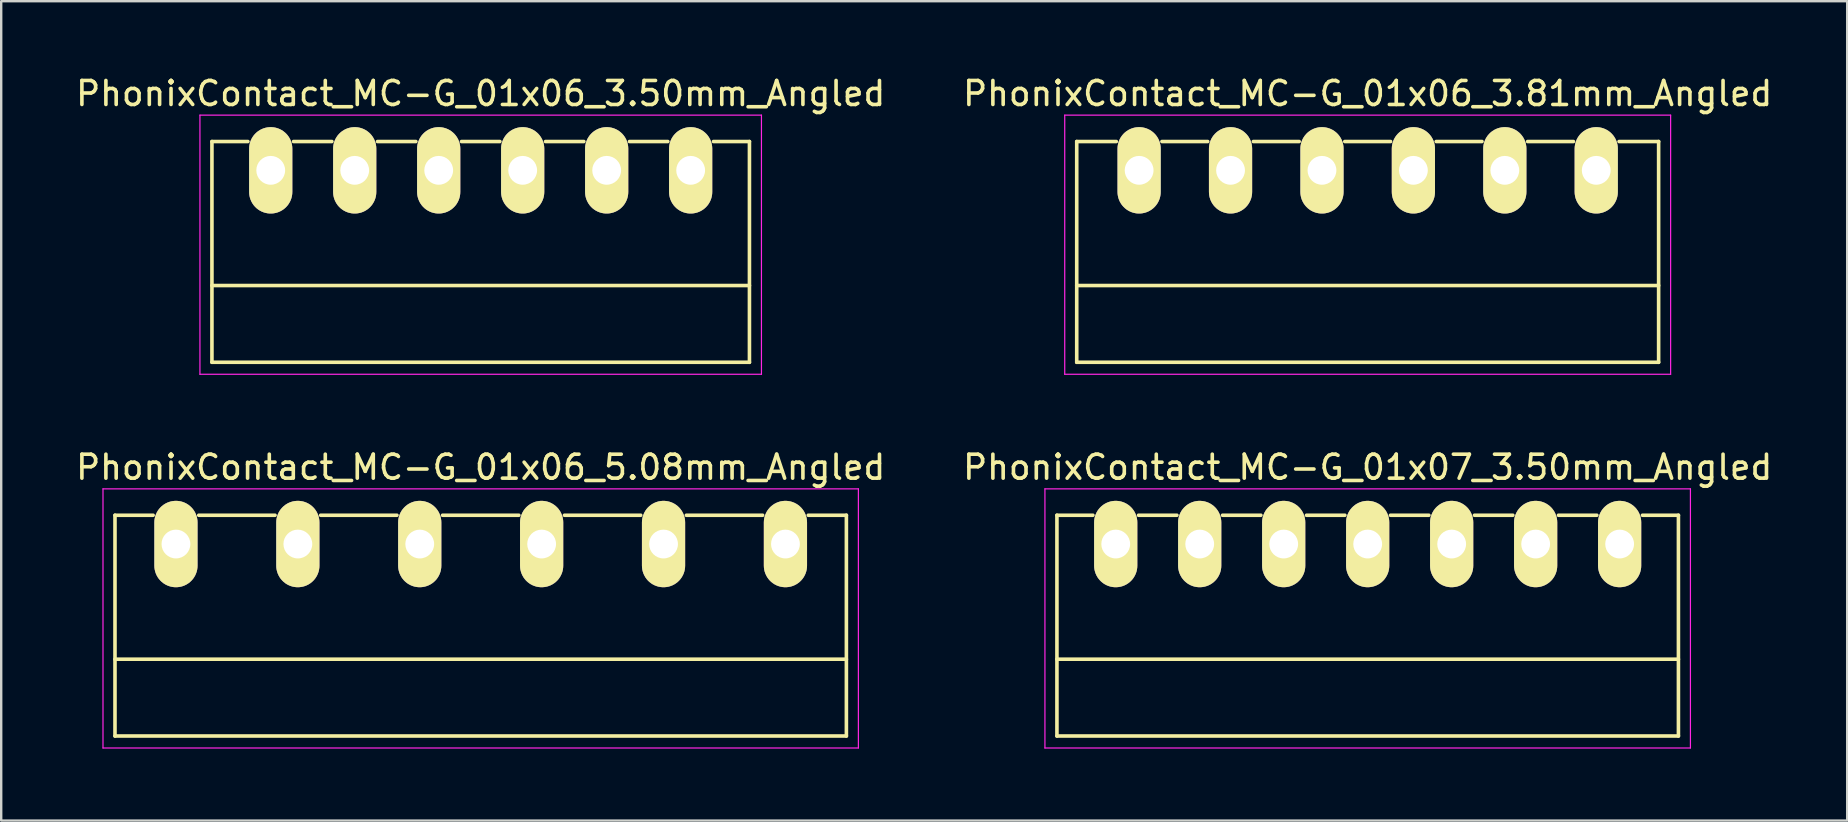
<source format=kicad_pcb>
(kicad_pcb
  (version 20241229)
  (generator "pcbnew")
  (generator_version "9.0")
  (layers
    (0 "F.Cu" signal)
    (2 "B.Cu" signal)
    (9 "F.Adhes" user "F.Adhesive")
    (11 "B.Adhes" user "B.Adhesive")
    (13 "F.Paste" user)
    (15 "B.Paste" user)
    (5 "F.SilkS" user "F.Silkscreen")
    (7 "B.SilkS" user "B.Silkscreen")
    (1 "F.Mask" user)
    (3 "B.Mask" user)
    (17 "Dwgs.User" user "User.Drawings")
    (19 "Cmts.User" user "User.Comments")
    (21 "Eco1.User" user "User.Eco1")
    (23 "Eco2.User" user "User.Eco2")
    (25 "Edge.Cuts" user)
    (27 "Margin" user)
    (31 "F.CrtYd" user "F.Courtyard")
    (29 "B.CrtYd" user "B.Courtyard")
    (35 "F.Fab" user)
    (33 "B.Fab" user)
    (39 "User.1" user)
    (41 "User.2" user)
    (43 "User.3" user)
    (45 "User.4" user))
  (footprint "PhonixContact_MC-G_01x07_3.50mm_Angled"
    (layer "F.Cu")
    (at 43.446 19.622)
    (property "Reference" "PhonixContact_MC-G_01x07_3.50mm_Angled" (at 10.5 -3.2 0) (layer "F.SilkS") (effects (font (size 1 1) (thickness 0.15))))
    (attr through_hole)
    (fp_line (start -2.45 -1.2) (end -2.45 8) (stroke (width 0.15) (type solid)) (layer "F.SilkS"))
    (fp_line (start -2.45 -1.2) (end -0.95 -1.2) (stroke (width 0.15) (type solid)) (layer "F.SilkS"))
    (fp_line (start -2.45 4.8) (end 23.45 4.8) (stroke (width 0.15) (type solid)) (layer "F.SilkS"))
    (fp_line (start -2.45 8) (end 23.45 8) (stroke (width 0.15) (type solid)) (layer "F.SilkS"))
    (fp_line (start 0.95 -1.2) (end 2.55 -1.2) (stroke (width 0.15) (type solid)) (layer "F.SilkS"))
    (fp_line (start 4.45 -1.2) (end 6.05 -1.2) (stroke (width 0.15) (type solid)) (layer "F.SilkS"))
    (fp_line (start 7.95 -1.2) (end 9.55 -1.2) (stroke (width 0.15) (type solid)) (layer "F.SilkS"))
    (fp_line (start 11.45 -1.2) (end 13.05 -1.2) (stroke (width 0.15) (type solid)) (layer "F.SilkS"))
    (fp_line (start 14.95 -1.2) (end 16.55 -1.2) (stroke (width 0.15) (type solid)) (layer "F.SilkS"))
    (fp_line (start 18.45 -1.2) (end 20.05 -1.2) (stroke (width 0.15) (type solid)) (layer "F.SilkS"))
    (fp_line (start 23.45 -1.2) (end 21.95 -1.2) (stroke (width 0.15) (type solid)) (layer "F.SilkS"))
    (fp_line (start 23.45 8) (end 23.45 -1.2) (stroke (width 0.15) (type solid)) (layer "F.SilkS"))
    (fp_line (start -2.95 -2.3) (end -2.95 8.5) (stroke (width 0.05) (type solid)) (layer "F.CrtYd"))
    (fp_line (start -2.95 8.5) (end 23.95 8.5) (stroke (width 0.05) (type solid)) (layer "F.CrtYd"))
    (fp_line (start 23.95 -2.3) (end -2.95 -2.3) (stroke (width 0.05) (type solid)) (layer "F.CrtYd"))
    (fp_line (start 23.95 8.5) (end 23.95 -2.3) (stroke (width 0.05) (type solid)) (layer "F.CrtYd"))
    (pad "1" thru_hole oval (at 0 0) (size 1.8 3.6) (drill 1.2) (layers "*.Cu" "*.Mask" "F.SilkS"))
    (pad "2" thru_hole oval (at 3.5 0) (size 1.8 3.6) (drill 1.2) (layers "*.Cu" "*.Mask" "F.SilkS"))
    (pad "3" thru_hole oval (at 7 0) (size 1.8 3.6) (drill 1.2) (layers "*.Cu" "*.Mask" "F.SilkS"))
    (pad "4" thru_hole oval (at 10.5 0) (size 1.8 3.6) (drill 1.2) (layers "*.Cu" "*.Mask" "F.SilkS"))
    (pad "5" thru_hole oval (at 14 0) (size 1.8 3.6) (drill 1.2) (layers "*.Cu" "*.Mask" "F.SilkS"))
    (pad "6" thru_hole oval (at 17.5 0) (size 1.8 3.6) (drill 1.2) (layers "*.Cu" "*.Mask" "F.SilkS"))
    (pad "7" thru_hole oval (at 21 0) (size 1.8 3.6) (drill 1.2) (layers "*.Cu" "*.Mask" "F.SilkS")))
  (footprint "PhonixContact_MC-G_01x06_3.81mm_Angled"
    (layer "F.Cu")
    (at 44.421 4.048)
    (property "Reference" "PhonixContact_MC-G_01x06_3.81mm_Angled" (at 9.525 -3.2 0) (layer "F.SilkS") (effects (font (size 1 1) (thickness 0.15))))
    (attr through_hole)
    (fp_line (start -2.6 -1.2) (end -2.6 8) (stroke (width 0.15) (type solid)) (layer "F.SilkS"))
    (fp_line (start -2.6 -1.2) (end -0.95 -1.2) (stroke (width 0.15) (type solid)) (layer "F.SilkS"))
    (fp_line (start -2.6 4.8) (end 21.65 4.8) (stroke (width 0.15) (type solid)) (layer "F.SilkS"))
    (fp_line (start -2.6 8) (end 21.65 8) (stroke (width 0.15) (type solid)) (layer "F.SilkS"))
    (fp_line (start 0.95 -1.2) (end 2.86 -1.2) (stroke (width 0.15) (type solid)) (layer "F.SilkS"))
    (fp_line (start 4.76 -1.2) (end 6.67 -1.2) (stroke (width 0.15) (type solid)) (layer "F.SilkS"))
    (fp_line (start 8.57 -1.2) (end 10.48 -1.2) (stroke (width 0.15) (type solid)) (layer "F.SilkS"))
    (fp_line (start 12.38 -1.2) (end 14.29 -1.2) (stroke (width 0.15) (type solid)) (layer "F.SilkS"))
    (fp_line (start 16.19 -1.2) (end 18.1 -1.2) (stroke (width 0.15) (type solid)) (layer "F.SilkS"))
    (fp_line (start 21.65 -1.2) (end 20 -1.2) (stroke (width 0.15) (type solid)) (layer "F.SilkS"))
    (fp_line (start 21.65 8) (end 21.65 -1.2) (stroke (width 0.15) (type solid)) (layer "F.SilkS"))
    (fp_line (start -3.1 -2.3) (end -3.1 8.5) (stroke (width 0.05) (type solid)) (layer "F.CrtYd"))
    (fp_line (start -3.1 8.5) (end 22.15 8.5) (stroke (width 0.05) (type solid)) (layer "F.CrtYd"))
    (fp_line (start 22.15 -2.3) (end -3.1 -2.3) (stroke (width 0.05) (type solid)) (layer "F.CrtYd"))
    (fp_line (start 22.15 8.5) (end 22.15 -2.3) (stroke (width 0.05) (type solid)) (layer "F.CrtYd"))
    (pad "1" thru_hole oval (at 0 0) (size 1.8 3.6) (drill 1.2) (layers "*.Cu" "*.Mask" "F.SilkS"))
    (pad "2" thru_hole oval (at 3.81 0) (size 1.8 3.6) (drill 1.2) (layers "*.Cu" "*.Mask" "F.SilkS"))
    (pad "3" thru_hole oval (at 7.62 0) (size 1.8 3.6) (drill 1.2) (layers "*.Cu" "*.Mask" "F.SilkS"))
    (pad "4" thru_hole oval (at 11.43 0) (size 1.8 3.6) (drill 1.2) (layers "*.Cu" "*.Mask" "F.SilkS"))
    (pad "5" thru_hole oval (at 15.24 0) (size 1.8 3.6) (drill 1.2) (layers "*.Cu" "*.Mask" "F.SilkS"))
    (pad "6" thru_hole oval (at 19.05 0) (size 1.8 3.6) (drill 1.2) (layers "*.Cu" "*.Mask" "F.SilkS")))
  (footprint "PhonixContact_MC-G_01x06_5.08mm_Angled"
    (layer "F.Cu")
    (at 4.282 19.622)
    (property "Reference" "PhonixContact_MC-G_01x06_5.08mm_Angled" (at 12.7 -3.2 0) (layer "F.SilkS") (effects (font (size 1 1) (thickness 0.15))))
    (attr through_hole)
    (fp_line (start -2.54 -1.2) (end -2.54 8) (stroke (width 0.15) (type solid)) (layer "F.SilkS"))
    (fp_line (start -2.54 -1.2) (end -0.95 -1.2) (stroke (width 0.15) (type solid)) (layer "F.SilkS"))
    (fp_line (start -2.54 4.8) (end 27.94 4.8) (stroke (width 0.15) (type solid)) (layer "F.SilkS"))
    (fp_line (start -2.54 8) (end 27.94 8) (stroke (width 0.15) (type solid)) (layer "F.SilkS"))
    (fp_line (start 0.95 -1.2) (end 4.13 -1.2) (stroke (width 0.15) (type solid)) (layer "F.SilkS"))
    (fp_line (start 6.03 -1.2) (end 9.21 -1.2) (stroke (width 0.15) (type solid)) (layer "F.SilkS"))
    (fp_line (start 11.11 -1.2) (end 14.29 -1.2) (stroke (width 0.15) (type solid)) (layer "F.SilkS"))
    (fp_line (start 16.19 -1.2) (end 19.37 -1.2) (stroke (width 0.15) (type solid)) (layer "F.SilkS"))
    (fp_line (start 21.27 -1.2) (end 24.45 -1.2) (stroke (width 0.15) (type solid)) (layer "F.SilkS"))
    (fp_line (start 27.94 -1.2) (end 26.35 -1.2) (stroke (width 0.15) (type solid)) (layer "F.SilkS"))
    (fp_line (start 27.94 8) (end 27.94 -1.2) (stroke (width 0.15) (type solid)) (layer "F.SilkS"))
    (fp_line (start -3.04 -2.3) (end -3.04 8.5) (stroke (width 0.05) (type solid)) (layer "F.CrtYd"))
    (fp_line (start -3.04 8.5) (end 28.44 8.5) (stroke (width 0.05) (type solid)) (layer "F.CrtYd"))
    (fp_line (start 28.44 -2.3) (end -3.04 -2.3) (stroke (width 0.05) (type solid)) (layer "F.CrtYd"))
    (fp_line (start 28.44 8.5) (end 28.44 -2.3) (stroke (width 0.05) (type solid)) (layer "F.CrtYd"))
    (pad "1" thru_hole oval (at 0 0) (size 1.8 3.6) (drill 1.2) (layers "*.Cu" "*.Mask" "F.SilkS"))
    (pad "2" thru_hole oval (at 5.08 0) (size 1.8 3.6) (drill 1.2) (layers "*.Cu" "*.Mask" "F.SilkS"))
    (pad "3" thru_hole oval (at 10.16 0) (size 1.8 3.6) (drill 1.2) (layers "*.Cu" "*.Mask" "F.SilkS"))
    (pad "4" thru_hole oval (at 15.24 0) (size 1.8 3.6) (drill 1.2) (layers "*.Cu" "*.Mask" "F.SilkS"))
    (pad "5" thru_hole oval (at 20.32 0) (size 1.8 3.6) (drill 1.2) (layers "*.Cu" "*.Mask" "F.SilkS"))
    (pad "6" thru_hole oval (at 25.4 0) (size 1.8 3.6) (drill 1.2) (layers "*.Cu" "*.Mask" "F.SilkS")))
  (footprint "PhonixContact_MC-G_01x06_3.50mm_Angled"
    (layer "F.Cu")
    (at 8.232 4.048)
    (property "Reference" "PhonixContact_MC-G_01x06_3.50mm_Angled" (at 8.75 -3.2 0) (layer "F.SilkS") (effects (font (size 1 1) (thickness 0.15))))
    (attr through_hole)
    (fp_line (start -2.45 -1.2) (end -2.45 8) (stroke (width 0.15) (type solid)) (layer "F.SilkS"))
    (fp_line (start -2.45 -1.2) (end -0.95 -1.2) (stroke (width 0.15) (type solid)) (layer "F.SilkS"))
    (fp_line (start -2.45 4.8) (end 19.95 4.8) (stroke (width 0.15) (type solid)) (layer "F.SilkS"))
    (fp_line (start -2.45 8) (end 19.95 8) (stroke (width 0.15) (type solid)) (layer "F.SilkS"))
    (fp_line (start 0.95 -1.2) (end 2.55 -1.2) (stroke (width 0.15) (type solid)) (layer "F.SilkS"))
    (fp_line (start 4.45 -1.2) (end 6.05 -1.2) (stroke (width 0.15) (type solid)) (layer "F.SilkS"))
    (fp_line (start 7.95 -1.2) (end 9.55 -1.2) (stroke (width 0.15) (type solid)) (layer "F.SilkS"))
    (fp_line (start 11.45 -1.2) (end 13.05 -1.2) (stroke (width 0.15) (type solid)) (layer "F.SilkS"))
    (fp_line (start 14.95 -1.2) (end 16.55 -1.2) (stroke (width 0.15) (type solid)) (layer "F.SilkS"))
    (fp_line (start 19.95 -1.2) (end 18.45 -1.2) (stroke (width 0.15) (type solid)) (layer "F.SilkS"))
    (fp_line (start 19.95 8) (end 19.95 -1.2) (stroke (width 0.15) (type solid)) (layer "F.SilkS"))
    (fp_line (start -2.95 -2.3) (end -2.95 8.5) (stroke (width 0.05) (type solid)) (layer "F.CrtYd"))
    (fp_line (start -2.95 8.5) (end 20.45 8.5) (stroke (width 0.05) (type solid)) (layer "F.CrtYd"))
    (fp_line (start 20.45 -2.3) (end -2.95 -2.3) (stroke (width 0.05) (type solid)) (layer "F.CrtYd"))
    (fp_line (start 20.45 8.5) (end 20.45 -2.3) (stroke (width 0.05) (type solid)) (layer "F.CrtYd"))
    (pad "1" thru_hole oval (at 0 0) (size 1.8 3.6) (drill 1.2) (layers "*.Cu" "*.Mask" "F.SilkS"))
    (pad "2" thru_hole oval (at 3.5 0) (size 1.8 3.6) (drill 1.2) (layers "*.Cu" "*.Mask" "F.SilkS"))
    (pad "3" thru_hole oval (at 7 0) (size 1.8 3.6) (drill 1.2) (layers "*.Cu" "*.Mask" "F.SilkS"))
    (pad "4" thru_hole oval (at 10.5 0) (size 1.8 3.6) (drill 1.2) (layers "*.Cu" "*.Mask" "F.SilkS"))
    (pad "5" thru_hole oval (at 14 0) (size 1.8 3.6) (drill 1.2) (layers "*.Cu" "*.Mask" "F.SilkS"))
    (pad "6" thru_hole oval (at 17.5 0) (size 1.8 3.6) (drill 1.2) (layers "*.Cu" "*.Mask" "F.SilkS")))
  (gr_rect
    (start -3 -3)
    (end 73.929 31.146)
    (stroke (width 0.1) (type default))
    (fill no)
    (layer "Edge.Cuts")))
</source>
